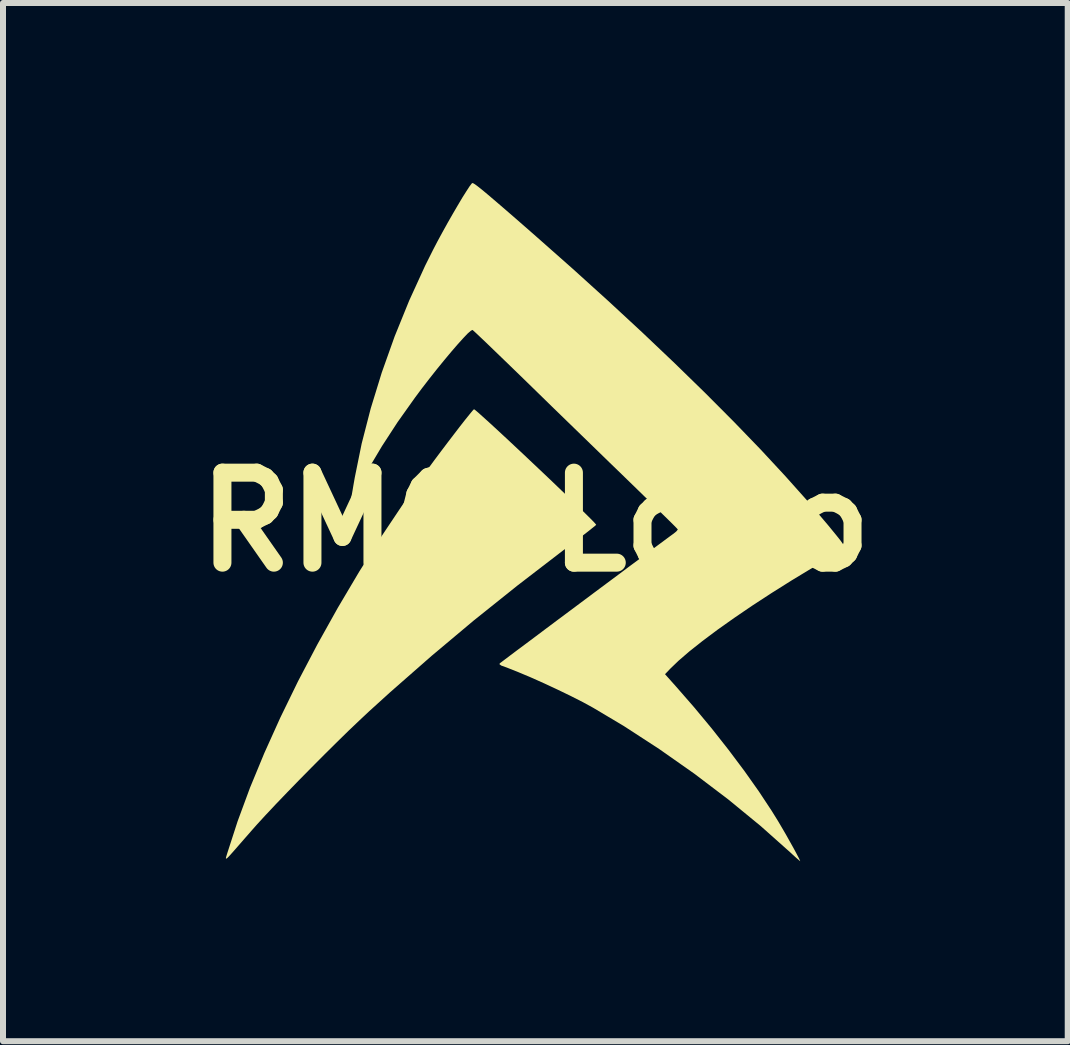
<source format=kicad_pcb>
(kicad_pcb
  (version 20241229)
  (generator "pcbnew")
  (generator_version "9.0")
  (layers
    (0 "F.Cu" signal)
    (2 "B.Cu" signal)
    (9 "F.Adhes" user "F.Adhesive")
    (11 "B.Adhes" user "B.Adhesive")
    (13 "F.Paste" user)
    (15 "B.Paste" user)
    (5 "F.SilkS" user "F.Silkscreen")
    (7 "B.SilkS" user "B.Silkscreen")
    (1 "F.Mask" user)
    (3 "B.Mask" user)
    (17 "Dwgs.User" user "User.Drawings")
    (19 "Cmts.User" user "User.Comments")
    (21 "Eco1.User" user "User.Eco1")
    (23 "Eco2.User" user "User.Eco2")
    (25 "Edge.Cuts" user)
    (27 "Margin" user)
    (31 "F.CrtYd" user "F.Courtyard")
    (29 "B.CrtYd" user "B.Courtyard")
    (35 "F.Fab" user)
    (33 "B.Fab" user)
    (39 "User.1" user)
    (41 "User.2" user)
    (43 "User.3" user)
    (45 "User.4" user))
  (footprint "RMC Logo"
    (layer "F.Cu")
    (at 5.871 5.648)
    (property "Reference" "RMC Logo" (at 0 0 0) (layer "F.SilkS") (effects (font (size 1.5 1.5) (thickness 0.3))))
    (attr board_only exclude_from_pos_files exclude_from_bom)
    (fp_poly (pts (xy -1.002 -1.865) (xy -0.95 -1.821) (xy -0.871 -1.75) (xy -0.768 -1.657) (xy -0.646 -1.545) (xy -0.507 -1.416) (xy -0.357 -1.276) (xy -0.198 -1.127) (xy -0.035 -0.973) (xy 0.129 -0.818) (xy 0.29 -0.665) (xy 0.444 -0.517) (xy 0.588 -0.38) (xy 0.716 -0.255) (xy 0.827 -0.147) (xy 0.915 -0.06) (xy 0.978 0.004) (xy 1.01 0.041) (xy 1.014 0.048) (xy 0.994 0.066) (xy 0.939 0.11) (xy 0.856 0.176) (xy 0.749 0.258) (xy 0.623 0.354) (xy 0.483 0.46) (xy 0.461 0.476) (xy -0.3 1.061) (xy -1.026 1.642) (xy -1.729 2.232) (xy -2.421 2.839) (xy -2.766 3.152) (xy -2.926 3.302) (xy -3.108 3.475) (xy -3.305 3.668) (xy -3.513 3.874) (xy -3.724 4.086) (xy -3.934 4.299) (xy -4.137 4.508) (xy -4.326 4.705) (xy -4.496 4.886) (xy -4.64 5.043) (xy -4.73 5.145) (xy -4.862 5.296) (xy -4.965 5.414) (xy -5.042 5.502) (xy -5.096 5.562) (xy -5.131 5.598) (xy -5.151 5.612) (xy -5.157 5.607) (xy -5.154 5.587) (xy -5.144 5.554) (xy -5.133 5.518) (xy -4.961 4.987) (xy -4.755 4.429) (xy -4.516 3.851) (xy -4.248 3.257) (xy -3.953 2.652) (xy -3.633 2.042) (xy -3.292 1.431) (xy -2.933 0.825) (xy -2.556 0.228) (xy -2.167 -0.354) (xy -1.788 -0.886) (xy -1.683 -1.029) (xy -1.573 -1.176) (xy -1.462 -1.323) (xy -1.355 -1.463) (xy -1.257 -1.591) (xy -1.17 -1.702) (xy -1.099 -1.79) (xy -1.049 -1.851) (xy -1.023 -1.878) (xy -1.023 -1.879)) (stroke (width 0) (type solid)) (fill yes) (layer "F.SilkS"))
    (fp_poly (pts (xy -1.035 -5.644) (xy -1.005 -5.626) (xy -0.958 -5.591) (xy -0.891 -5.538) (xy -0.802 -5.464) (xy -0.688 -5.367) (xy -0.547 -5.246) (xy -0.376 -5.098) (xy -0.174 -4.922) (xy 0.012 -4.759) (xy 0.625 -4.217) (xy 1.215 -3.683) (xy 1.78 -3.16) (xy 2.318 -2.649) (xy 2.828 -2.152) (xy 3.307 -1.671) (xy 3.753 -1.209) (xy 4.164 -0.766) (xy 4.539 -0.346) (xy 4.875 0.05) (xy 4.921 0.106) (xy 5.015 0.221) (xy 5.082 0.305) (xy 5.124 0.364) (xy 5.147 0.403) (xy 5.152 0.427) (xy 5.143 0.444) (xy 5.131 0.454) (xy 5.097 0.476) (xy 5.028 0.519) (xy 4.93 0.578) (xy 4.812 0.649) (xy 4.678 0.729) (xy 4.623 0.761) (xy 4.273 0.973) (xy 3.936 1.185) (xy 3.614 1.395) (xy 3.313 1.6) (xy 3.035 1.797) (xy 2.785 1.984) (xy 2.567 2.157) (xy 2.385 2.314) (xy 2.251 2.443) (xy 2.161 2.537) (xy 2.345 2.743) (xy 2.645 3.087) (xy 2.939 3.441) (xy 3.221 3.799) (xy 3.485 4.151) (xy 3.726 4.492) (xy 3.938 4.813) (xy 4.046 4.987) (xy 4.109 5.094) (xy 4.176 5.209) (xy 4.241 5.325) (xy 4.302 5.434) (xy 4.353 5.529) (xy 4.391 5.601) (xy 4.411 5.644) (xy 4.413 5.653) (xy 4.393 5.637) (xy 4.346 5.596) (xy 4.281 5.537) (xy 4.259 5.516) (xy 3.756 5.068) (xy 3.216 4.625) (xy 2.648 4.194) (xy 2.064 3.784) (xy 1.475 3.401) (xy 0.961 3.095) (xy 0.793 3.003) (xy 0.594 2.902) (xy 0.375 2.796) (xy 0.148 2.69) (xy -0.076 2.59) (xy -0.288 2.501) (xy -0.474 2.427) (xy -0.568 2.393) (xy -0.597 2.372) (xy -0.593 2.356) (xy -0.57 2.339) (xy -0.512 2.295) (xy -0.422 2.227) (xy -0.305 2.139) (xy -0.164 2.034) (xy -0.002 1.913) (xy 0.175 1.78) (xy 0.366 1.637) (xy 0.566 1.488) (xy 0.771 1.335) (xy 0.977 1.181) (xy 1.181 1.029) (xy 1.38 0.881) (xy 1.568 0.74) (xy 1.744 0.61) (xy 1.902 0.492) (xy 2.039 0.39) (xy 2.151 0.307) (xy 2.236 0.244) (xy 2.288 0.206) (xy 2.301 0.197) (xy 2.349 0.158) (xy 2.373 0.128) (xy 2.373 0.123) (xy 2.355 0.103) (xy 2.305 0.052) (xy 2.227 -0.025) (xy 2.123 -0.127) (xy 1.998 -0.25) (xy 1.854 -0.391) (xy 1.694 -0.547) (xy 1.523 -0.713) (xy 1.444 -0.79) (xy 1.232 -0.995) (xy 1.003 -1.218) (xy 0.763 -1.451) (xy 0.52 -1.687) (xy 0.283 -1.917) (xy 0.061 -2.134) (xy -0.14 -2.33) (xy -0.251 -2.438) (xy -0.412 -2.594) (xy -0.563 -2.74) (xy -0.7 -2.872) (xy -0.819 -2.987) (xy -0.917 -3.08) (xy -0.99 -3.149) (xy -1.035 -3.19) (xy -1.048 -3.2) (xy -1.075 -3.186) (xy -1.129 -3.139) (xy -1.203 -3.061) (xy -1.296 -2.958) (xy -1.402 -2.835) (xy -1.519 -2.695) (xy -1.642 -2.544) (xy -1.767 -2.386) (xy -1.892 -2.224) (xy -2.003 -2.075) (xy -2.295 -1.664) (xy -2.556 -1.263) (xy -2.797 -0.858) (xy -3.019 -0.449) (xy -3.051 -0.392) (xy -3.069 -0.372) (xy -3.07 -0.388) (xy -3.062 -0.435) (xy -3.047 -0.519) (xy -3.029 -0.626) (xy -3.009 -0.74) (xy -2.894 -1.306) (xy -2.743 -1.892) (xy -2.559 -2.49) (xy -2.345 -3.091) (xy -2.103 -3.687) (xy -1.837 -4.269) (xy -1.703 -4.537) (xy -1.629 -4.679) (xy -1.547 -4.83) (xy -1.461 -4.985) (xy -1.374 -5.137) (xy -1.291 -5.279) (xy -1.215 -5.407) (xy -1.148 -5.513) (xy -1.096 -5.593) (xy -1.061 -5.639) (xy -1.05 -5.648)) (stroke (width 0) (type solid)) (fill yes) (layer "F.SilkS")))
  (gr_rect
    (start -3 -3)
    (end 14.743 14.301)
    (stroke (width 0.1) (type default))
    (fill no)
    (layer "Edge.Cuts")))
</source>
